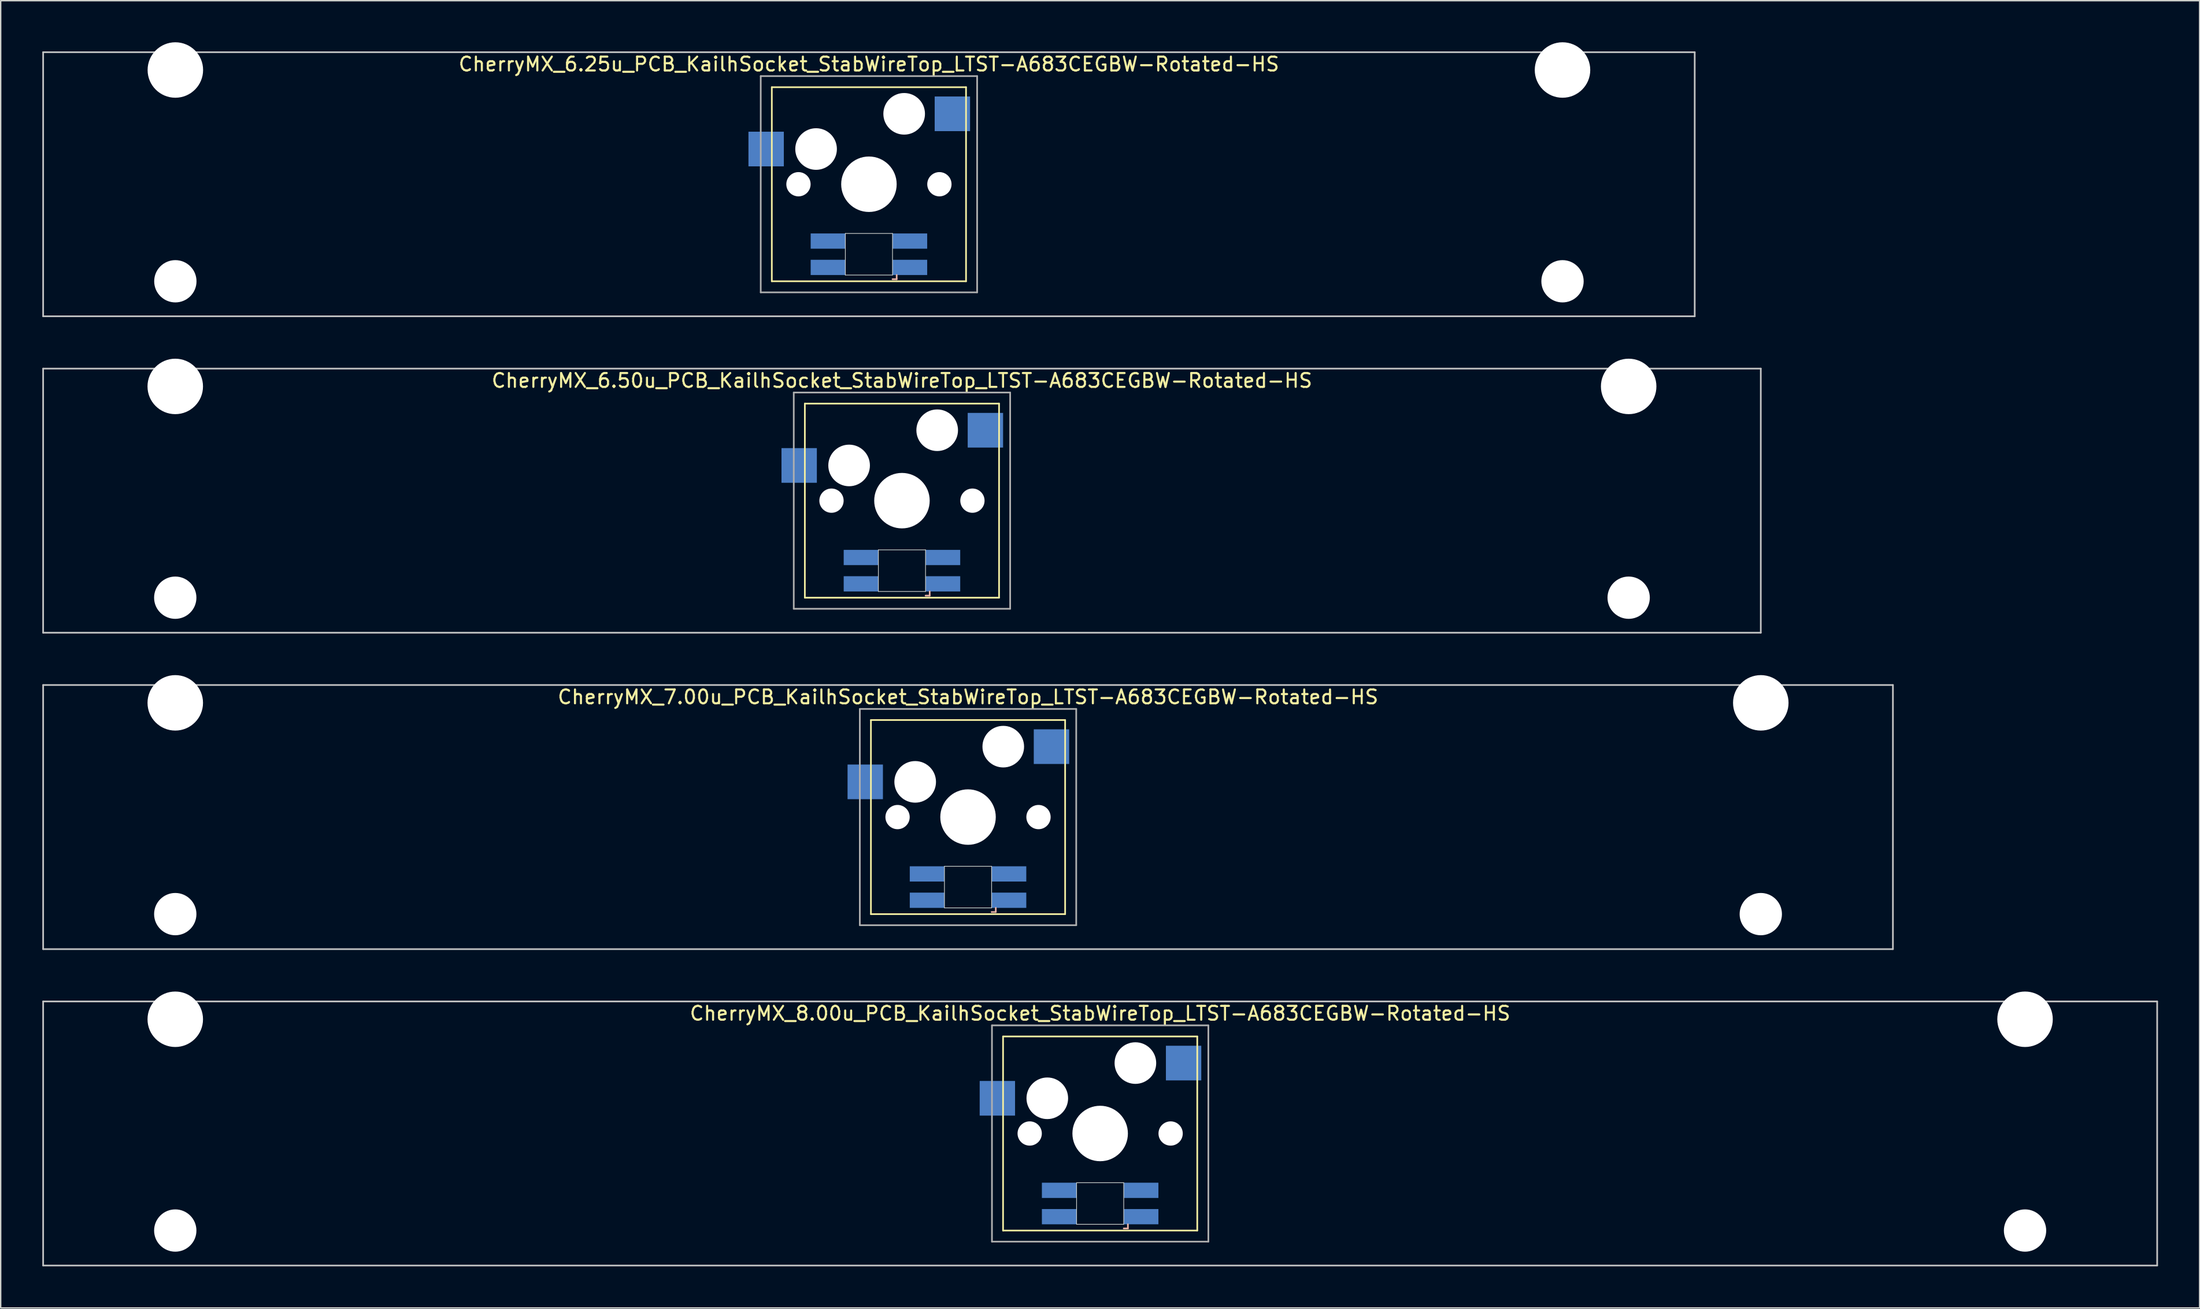
<source format=kicad_pcb>
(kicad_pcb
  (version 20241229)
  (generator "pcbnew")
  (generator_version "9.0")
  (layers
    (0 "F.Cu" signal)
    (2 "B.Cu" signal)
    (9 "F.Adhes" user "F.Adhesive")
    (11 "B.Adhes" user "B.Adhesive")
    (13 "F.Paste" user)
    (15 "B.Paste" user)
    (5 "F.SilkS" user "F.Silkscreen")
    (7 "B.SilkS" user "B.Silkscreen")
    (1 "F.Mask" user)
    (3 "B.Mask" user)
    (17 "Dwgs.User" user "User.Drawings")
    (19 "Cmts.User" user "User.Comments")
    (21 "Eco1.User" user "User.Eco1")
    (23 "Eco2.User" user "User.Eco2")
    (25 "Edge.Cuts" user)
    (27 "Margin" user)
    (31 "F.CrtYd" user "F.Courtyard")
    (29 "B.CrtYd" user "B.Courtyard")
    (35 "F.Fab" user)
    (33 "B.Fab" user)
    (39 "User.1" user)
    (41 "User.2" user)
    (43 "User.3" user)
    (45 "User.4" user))
  (footprint "CherryMX_8.00u_PCB_KailhSocket_StabWireTop_LTST-A683CEGBW-Rotated-HS"
    (layer "F.Cu")
    (at 76.26 78.715)
    (property "Reference" "CherryMX_8.00u_PCB_KailhSocket_StabWireTop_LTST-A683CEGBW-Rotated-HS" (at 0 -8.662 0) (layer "F.SilkS") (effects (font (size 1 1) (thickness 0.15))))
    (attr through_hole)
    (fp_line (start -7 -7) (end -7 7) (stroke (width 0.12) (type solid)) (layer "F.SilkS"))
    (fp_line (start -7 -7) (end 7 -7) (stroke (width 0.12) (type solid)) (layer "F.SilkS"))
    (fp_line (start 7 -7) (end 7 7) (stroke (width 0.12) (type solid)) (layer "F.SilkS"))
    (fp_line (start 7 7) (end -7 7) (stroke (width 0.12) (type solid)) (layer "F.SilkS"))
    (fp_line (start 1.7 6.85) (end 2 6.85) (stroke (width 0.12) (type solid)) (layer "B.SilkS"))
    (fp_line (start 2 6.85) (end 2 6.55) (stroke (width 0.12) (type solid)) (layer "B.SilkS"))
    (fp_line (start -76.2 -9.525) (end 76.2 -9.525) (stroke (width 0.12) (type solid)) (layer "Dwgs.User"))
    (fp_line (start -76.2 9.525) (end -76.2 -9.525) (stroke (width 0.12) (type solid)) (layer "Dwgs.User"))
    (fp_line (start 76.2 -9.525) (end 76.2 9.525) (stroke (width 0.12) (type solid)) (layer "Dwgs.User"))
    (fp_line (start 76.2 9.525) (end -76.2 9.525) (stroke (width 0.12) (type solid)) (layer "Dwgs.User"))
    (fp_line (start -1.7 3.55) (end 1.7 3.55) (stroke (width 0.05) (type solid)) (layer "Edge.Cuts"))
    (fp_line (start -1.7 6.55) (end -1.7 3.55) (stroke (width 0.05) (type solid)) (layer "Edge.Cuts"))
    (fp_line (start 1.7 3.55) (end 1.7 6.55) (stroke (width 0.05) (type solid)) (layer "Edge.Cuts"))
    (fp_line (start 1.7 6.55) (end -1.7 6.55) (stroke (width 0.05) (type solid)) (layer "Edge.Cuts"))
    (fp_line (start -7.8 -7.8) (end -7.8 7.8) (stroke (width 0.12) (type solid)) (layer "F.Fab"))
    (fp_line (start -7.8 -7.8) (end 7.8 -7.8) (stroke (width 0.12) (type solid)) (layer "F.Fab"))
    (fp_line (start -7.8 7.8) (end 7.8 7.8) (stroke (width 0.12) (type solid)) (layer "F.Fab"))
    (fp_line (start 7.8 -7.8) (end 7.8 7.8) (stroke (width 0.12) (type solid)) (layer "F.Fab"))
    (pad "" np_thru_hole circle (at -66.675 -8.24) (size 4 4) (drill 4) (layers "*.Cu" "*.Mask"))
    (pad "" np_thru_hole circle (at -66.675 7) (size 3.05 3.05) (drill 3.05) (layers "*.Cu" "*.Mask"))
    (pad "" np_thru_hole circle (at -5.08 0) (size 1.75 1.75) (drill 1.75) (layers "*.Cu" "*.Mask"))
    (pad "" np_thru_hole circle (at -3.81 -2.54) (size 3 3) (drill 3) (layers "*.Cu" "*.Mask"))
    (pad "" np_thru_hole circle (at 0 0) (size 4 4) (drill 4) (layers "*.Cu" "*.Mask"))
    (pad "" np_thru_hole circle (at 2.54 -5.08) (size 3 3) (drill 3) (layers "*.Cu" "*.Mask"))
    (pad "" np_thru_hole circle (at 5.08 0) (size 1.75 1.75) (drill 1.75) (layers "*.Cu" "*.Mask"))
    (pad "" np_thru_hole circle (at 66.675 -8.24) (size 4 4) (drill 4) (layers "*.Cu" "*.Mask"))
    (pad "" np_thru_hole circle (at 66.675 7) (size 3.05 3.05) (drill 3.05) (layers "*.Cu" "*.Mask"))
    (pad "1" smd rect (at -7.41 -2.54) (size 2.55 2.5) (layers "B.Cu" "B.Mask" "B.Paste"))
    (pad "2" smd rect (at 6.015 -5.08) (size 2.55 2.5) (layers "B.Cu" "B.Mask" "B.Paste"))
    (pad "3" smd rect (at 2.95 6) (size 2.5 1.1) (layers "B.Cu" "B.Mask" "B.Paste"))
    (pad "4" smd rect (at 2.95 4.1) (size 2.5 1.1) (layers "B.Cu" "B.Mask" "B.Paste"))
    (pad "5" smd rect (at -2.95 6) (size 2.5 1.1) (layers "B.Cu" "B.Mask" "B.Paste"))
    (pad "6" smd rect (at -2.95 4.1) (size 2.5 1.1) (layers "B.Cu" "B.Mask" "B.Paste")))
  (footprint "CherryMX_7.00u_PCB_KailhSocket_StabWireTop_LTST-A683CEGBW-Rotated-HS"
    (layer "F.Cu")
    (at 66.735 55.89)
    (property "Reference" "CherryMX_7.00u_PCB_KailhSocket_StabWireTop_LTST-A683CEGBW-Rotated-HS" (at 0 -8.662 0) (layer "F.SilkS") (effects (font (size 1 1) (thickness 0.15))))
    (attr through_hole)
    (fp_line (start -7 -7) (end -7 7) (stroke (width 0.12) (type solid)) (layer "F.SilkS"))
    (fp_line (start -7 -7) (end 7 -7) (stroke (width 0.12) (type solid)) (layer "F.SilkS"))
    (fp_line (start 7 -7) (end 7 7) (stroke (width 0.12) (type solid)) (layer "F.SilkS"))
    (fp_line (start 7 7) (end -7 7) (stroke (width 0.12) (type solid)) (layer "F.SilkS"))
    (fp_line (start 1.7 6.85) (end 2 6.85) (stroke (width 0.12) (type solid)) (layer "B.SilkS"))
    (fp_line (start 2 6.85) (end 2 6.55) (stroke (width 0.12) (type solid)) (layer "B.SilkS"))
    (fp_line (start -66.675 -9.525) (end 66.675 -9.525) (stroke (width 0.12) (type solid)) (layer "Dwgs.User"))
    (fp_line (start -66.675 9.525) (end -66.675 -9.525) (stroke (width 0.12) (type solid)) (layer "Dwgs.User"))
    (fp_line (start 66.675 -9.525) (end 66.675 9.525) (stroke (width 0.12) (type solid)) (layer "Dwgs.User"))
    (fp_line (start 66.675 9.525) (end -66.675 9.525) (stroke (width 0.12) (type solid)) (layer "Dwgs.User"))
    (fp_line (start -1.7 3.55) (end 1.7 3.55) (stroke (width 0.05) (type solid)) (layer "Edge.Cuts"))
    (fp_line (start -1.7 6.55) (end -1.7 3.55) (stroke (width 0.05) (type solid)) (layer "Edge.Cuts"))
    (fp_line (start 1.7 3.55) (end 1.7 6.55) (stroke (width 0.05) (type solid)) (layer "Edge.Cuts"))
    (fp_line (start 1.7 6.55) (end -1.7 6.55) (stroke (width 0.05) (type solid)) (layer "Edge.Cuts"))
    (fp_line (start -7.8 -7.8) (end -7.8 7.8) (stroke (width 0.12) (type solid)) (layer "F.Fab"))
    (fp_line (start -7.8 -7.8) (end 7.8 -7.8) (stroke (width 0.12) (type solid)) (layer "F.Fab"))
    (fp_line (start -7.8 7.8) (end 7.8 7.8) (stroke (width 0.12) (type solid)) (layer "F.Fab"))
    (fp_line (start 7.8 -7.8) (end 7.8 7.8) (stroke (width 0.12) (type solid)) (layer "F.Fab"))
    (pad "" np_thru_hole circle (at -57.15 -8.24) (size 4 4) (drill 4) (layers "*.Cu" "*.Mask"))
    (pad "" np_thru_hole circle (at -57.15 7) (size 3.05 3.05) (drill 3.05) (layers "*.Cu" "*.Mask"))
    (pad "" np_thru_hole circle (at -5.08 0) (size 1.75 1.75) (drill 1.75) (layers "*.Cu" "*.Mask"))
    (pad "" np_thru_hole circle (at -3.81 -2.54) (size 3 3) (drill 3) (layers "*.Cu" "*.Mask"))
    (pad "" np_thru_hole circle (at 0 0) (size 4 4) (drill 4) (layers "*.Cu" "*.Mask"))
    (pad "" np_thru_hole circle (at 2.54 -5.08) (size 3 3) (drill 3) (layers "*.Cu" "*.Mask"))
    (pad "" np_thru_hole circle (at 5.08 0) (size 1.75 1.75) (drill 1.75) (layers "*.Cu" "*.Mask"))
    (pad "" np_thru_hole circle (at 57.15 -8.24) (size 4 4) (drill 4) (layers "*.Cu" "*.Mask"))
    (pad "" np_thru_hole circle (at 57.15 7) (size 3.05 3.05) (drill 3.05) (layers "*.Cu" "*.Mask"))
    (pad "1" smd rect (at -7.41 -2.54) (size 2.55 2.5) (layers "B.Cu" "B.Mask" "B.Paste"))
    (pad "2" smd rect (at 6.015 -5.08) (size 2.55 2.5) (layers "B.Cu" "B.Mask" "B.Paste"))
    (pad "3" smd rect (at 2.95 6) (size 2.5 1.1) (layers "B.Cu" "B.Mask" "B.Paste"))
    (pad "4" smd rect (at 2.95 4.1) (size 2.5 1.1) (layers "B.Cu" "B.Mask" "B.Paste"))
    (pad "5" smd rect (at -2.95 6) (size 2.5 1.1) (layers "B.Cu" "B.Mask" "B.Paste"))
    (pad "6" smd rect (at -2.95 4.1) (size 2.5 1.1) (layers "B.Cu" "B.Mask" "B.Paste")))
  (footprint "CherryMX_6.25u_PCB_KailhSocket_StabWireTop_LTST-A683CEGBW-Rotated-HS"
    (layer "F.Cu")
    (at 59.591 10.24)
    (property "Reference" "CherryMX_6.25u_PCB_KailhSocket_StabWireTop_LTST-A683CEGBW-Rotated-HS" (at 0 -8.662 0) (layer "F.SilkS") (effects (font (size 1 1) (thickness 0.15))))
    (attr through_hole)
    (fp_line (start -7 -7) (end -7 7) (stroke (width 0.12) (type solid)) (layer "F.SilkS"))
    (fp_line (start -7 -7) (end 7 -7) (stroke (width 0.12) (type solid)) (layer "F.SilkS"))
    (fp_line (start 7 -7) (end 7 7) (stroke (width 0.12) (type solid)) (layer "F.SilkS"))
    (fp_line (start 7 7) (end -7 7) (stroke (width 0.12) (type solid)) (layer "F.SilkS"))
    (fp_line (start 1.7 6.85) (end 2 6.85) (stroke (width 0.12) (type solid)) (layer "B.SilkS"))
    (fp_line (start 2 6.85) (end 2 6.55) (stroke (width 0.12) (type solid)) (layer "B.SilkS"))
    (fp_line (start -59.531 -9.525) (end 59.531 -9.525) (stroke (width 0.12) (type solid)) (layer "Dwgs.User"))
    (fp_line (start -59.531 9.525) (end -59.531 -9.525) (stroke (width 0.12) (type solid)) (layer "Dwgs.User"))
    (fp_line (start 59.531 -9.525) (end 59.531 9.525) (stroke (width 0.12) (type solid)) (layer "Dwgs.User"))
    (fp_line (start 59.531 9.525) (end -59.531 9.525) (stroke (width 0.12) (type solid)) (layer "Dwgs.User"))
    (fp_line (start -1.7 3.55) (end 1.7 3.55) (stroke (width 0.05) (type solid)) (layer "Edge.Cuts"))
    (fp_line (start -1.7 6.55) (end -1.7 3.55) (stroke (width 0.05) (type solid)) (layer "Edge.Cuts"))
    (fp_line (start 1.7 3.55) (end 1.7 6.55) (stroke (width 0.05) (type solid)) (layer "Edge.Cuts"))
    (fp_line (start 1.7 6.55) (end -1.7 6.55) (stroke (width 0.05) (type solid)) (layer "Edge.Cuts"))
    (fp_line (start -7.8 -7.8) (end -7.8 7.8) (stroke (width 0.12) (type solid)) (layer "F.Fab"))
    (fp_line (start -7.8 -7.8) (end 7.8 -7.8) (stroke (width 0.12) (type solid)) (layer "F.Fab"))
    (fp_line (start -7.8 7.8) (end 7.8 7.8) (stroke (width 0.12) (type solid)) (layer "F.Fab"))
    (fp_line (start 7.8 -7.8) (end 7.8 7.8) (stroke (width 0.12) (type solid)) (layer "F.Fab"))
    (pad "" np_thru_hole circle (at -50 -8.24) (size 4 4) (drill 4) (layers "*.Cu" "*.Mask"))
    (pad "" np_thru_hole circle (at -50 7) (size 3.05 3.05) (drill 3.05) (layers "*.Cu" "*.Mask"))
    (pad "" np_thru_hole circle (at -5.08 0) (size 1.75 1.75) (drill 1.75) (layers "*.Cu" "*.Mask"))
    (pad "" np_thru_hole circle (at -3.81 -2.54) (size 3 3) (drill 3) (layers "*.Cu" "*.Mask"))
    (pad "" np_thru_hole circle (at 0 0) (size 4 4) (drill 4) (layers "*.Cu" "*.Mask"))
    (pad "" np_thru_hole circle (at 2.54 -5.08) (size 3 3) (drill 3) (layers "*.Cu" "*.Mask"))
    (pad "" np_thru_hole circle (at 5.08 0) (size 1.75 1.75) (drill 1.75) (layers "*.Cu" "*.Mask"))
    (pad "" np_thru_hole circle (at 50 -8.24) (size 4 4) (drill 4) (layers "*.Cu" "*.Mask"))
    (pad "" np_thru_hole circle (at 50 7) (size 3.05 3.05) (drill 3.05) (layers "*.Cu" "*.Mask"))
    (pad "1" smd rect (at -7.41 -2.54) (size 2.55 2.5) (layers "B.Cu" "B.Mask" "B.Paste"))
    (pad "2" smd rect (at 6.015 -5.08) (size 2.55 2.5) (layers "B.Cu" "B.Mask" "B.Paste"))
    (pad "3" smd rect (at 2.95 6) (size 2.5 1.1) (layers "B.Cu" "B.Mask" "B.Paste"))
    (pad "4" smd rect (at 2.95 4.1) (size 2.5 1.1) (layers "B.Cu" "B.Mask" "B.Paste"))
    (pad "5" smd rect (at -2.95 6) (size 2.5 1.1) (layers "B.Cu" "B.Mask" "B.Paste"))
    (pad "6" smd rect (at -2.95 4.1) (size 2.5 1.1) (layers "B.Cu" "B.Mask" "B.Paste")))
  (footprint "CherryMX_6.50u_PCB_KailhSocket_StabWireTop_LTST-A683CEGBW-Rotated-HS"
    (layer "F.Cu")
    (at 61.972 33.065)
    (property "Reference" "CherryMX_6.50u_PCB_KailhSocket_StabWireTop_LTST-A683CEGBW-Rotated-HS" (at 0 -8.662 0) (layer "F.SilkS") (effects (font (size 1 1) (thickness 0.15))))
    (attr through_hole)
    (fp_line (start -7 -7) (end -7 7) (stroke (width 0.12) (type solid)) (layer "F.SilkS"))
    (fp_line (start -7 -7) (end 7 -7) (stroke (width 0.12) (type solid)) (layer "F.SilkS"))
    (fp_line (start 7 -7) (end 7 7) (stroke (width 0.12) (type solid)) (layer "F.SilkS"))
    (fp_line (start 7 7) (end -7 7) (stroke (width 0.12) (type solid)) (layer "F.SilkS"))
    (fp_line (start 1.7 6.85) (end 2 6.85) (stroke (width 0.12) (type solid)) (layer "B.SilkS"))
    (fp_line (start 2 6.85) (end 2 6.55) (stroke (width 0.12) (type solid)) (layer "B.SilkS"))
    (fp_line (start -61.913 -9.525) (end 61.913 -9.525) (stroke (width 0.12) (type solid)) (layer "Dwgs.User"))
    (fp_line (start -61.913 9.525) (end -61.913 -9.525) (stroke (width 0.12) (type solid)) (layer "Dwgs.User"))
    (fp_line (start 61.913 -9.525) (end 61.913 9.525) (stroke (width 0.12) (type solid)) (layer "Dwgs.User"))
    (fp_line (start 61.913 9.525) (end -61.913 9.525) (stroke (width 0.12) (type solid)) (layer "Dwgs.User"))
    (fp_line (start -1.7 3.55) (end 1.7 3.55) (stroke (width 0.05) (type solid)) (layer "Edge.Cuts"))
    (fp_line (start -1.7 6.55) (end -1.7 3.55) (stroke (width 0.05) (type solid)) (layer "Edge.Cuts"))
    (fp_line (start 1.7 3.55) (end 1.7 6.55) (stroke (width 0.05) (type solid)) (layer "Edge.Cuts"))
    (fp_line (start 1.7 6.55) (end -1.7 6.55) (stroke (width 0.05) (type solid)) (layer "Edge.Cuts"))
    (fp_line (start -7.8 -7.8) (end -7.8 7.8) (stroke (width 0.12) (type solid)) (layer "F.Fab"))
    (fp_line (start -7.8 -7.8) (end 7.8 -7.8) (stroke (width 0.12) (type solid)) (layer "F.Fab"))
    (fp_line (start -7.8 7.8) (end 7.8 7.8) (stroke (width 0.12) (type solid)) (layer "F.Fab"))
    (fp_line (start 7.8 -7.8) (end 7.8 7.8) (stroke (width 0.12) (type solid)) (layer "F.Fab"))
    (pad "" np_thru_hole circle (at -52.388 -8.24) (size 4 4) (drill 4) (layers "*.Cu" "*.Mask"))
    (pad "" np_thru_hole circle (at -52.388 7) (size 3.05 3.05) (drill 3.05) (layers "*.Cu" "*.Mask"))
    (pad "" np_thru_hole circle (at -5.08 0) (size 1.75 1.75) (drill 1.75) (layers "*.Cu" "*.Mask"))
    (pad "" np_thru_hole circle (at -3.81 -2.54) (size 3 3) (drill 3) (layers "*.Cu" "*.Mask"))
    (pad "" np_thru_hole circle (at 0 0) (size 4 4) (drill 4) (layers "*.Cu" "*.Mask"))
    (pad "" np_thru_hole circle (at 2.54 -5.08) (size 3 3) (drill 3) (layers "*.Cu" "*.Mask"))
    (pad "" np_thru_hole circle (at 5.08 0) (size 1.75 1.75) (drill 1.75) (layers "*.Cu" "*.Mask"))
    (pad "" np_thru_hole circle (at 52.388 -8.24) (size 4 4) (drill 4) (layers "*.Cu" "*.Mask"))
    (pad "" np_thru_hole circle (at 52.388 7) (size 3.05 3.05) (drill 3.05) (layers "*.Cu" "*.Mask"))
    (pad "1" smd rect (at -7.41 -2.54) (size 2.55 2.5) (layers "B.Cu" "B.Mask" "B.Paste"))
    (pad "2" smd rect (at 6.015 -5.08) (size 2.55 2.5) (layers "B.Cu" "B.Mask" "B.Paste"))
    (pad "3" smd rect (at 2.95 6) (size 2.5 1.1) (layers "B.Cu" "B.Mask" "B.Paste"))
    (pad "4" smd rect (at 2.95 4.1) (size 2.5 1.1) (layers "B.Cu" "B.Mask" "B.Paste"))
    (pad "5" smd rect (at -2.95 6) (size 2.5 1.1) (layers "B.Cu" "B.Mask" "B.Paste"))
    (pad "6" smd rect (at -2.95 4.1) (size 2.5 1.1) (layers "B.Cu" "B.Mask" "B.Paste")))
  (gr_rect
    (start -3 -3)
    (end 155.52 91.3)
    (stroke (width 0.1) (type default))
    (fill no)
    (layer "Edge.Cuts")))
</source>
